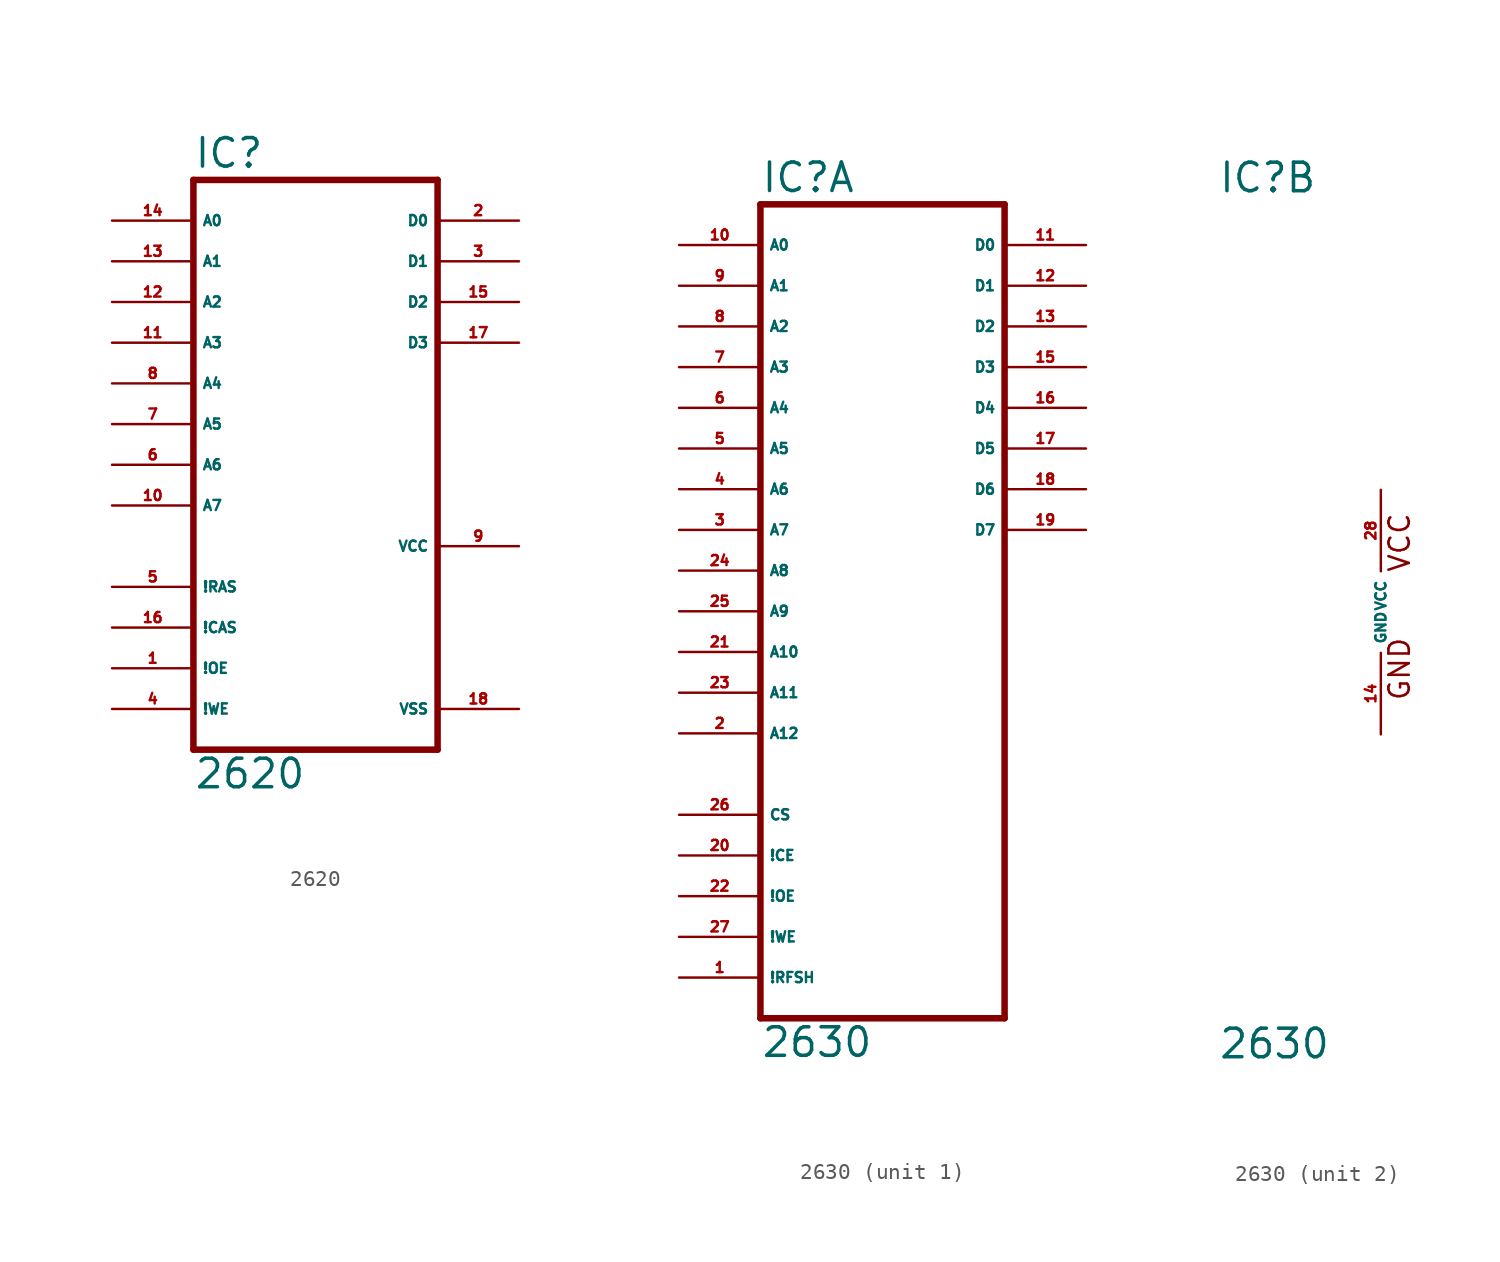
<source format=kicad_sym>
(kicad_symbol_lib
  (version 20220914)
  (generator Eagle2Kicad)
  (symbol "2620"
    (property "Reference" "IC"
      (at -7.62 18.415 0)
      (effects (font (size 1.778 1.778) (thickness 0.22)) (justify left bottom)))
    (property "Value" "2620"
      (at -7.62 -20.32 0)
      (effects (font (size 1.778 1.778) (thickness 0.22)) (justify left bottom)))
    (polyline
      (pts (xy -7.62 -17.78) (xy 7.62 -17.78))
      (stroke (width 0.406) (type default))
      (fill (type none)))
    (polyline
      (pts (xy 7.62 -17.78) (xy 7.62 17.78))
      (stroke (width 0.406) (type default))
      (fill (type none)))
    (polyline
      (pts (xy 7.62 17.78) (xy -7.62 17.78))
      (stroke (width 0.406) (type default))
      (fill (type none)))
    (polyline
      (pts (xy -7.62 17.78) (xy -7.62 -17.78))
      (stroke (width 0.406) (type default))
      (fill (type none)))
    (pin input line
      (at -12.7 -12.7 0)
      (length 5.08)
      (name "!OE" (effects (font (size 0.635 0.635) (thickness 0.08)) (justify left bottom)))
      (number "1" (effects (font (size 0.635 0.635) (thickness 0.08)) (justify left bottom))))
    (pin bidirectional line
      (at 12.7 15.24 180)
      (length 5.08)
      (name "D0" (effects (font (size 0.635 0.635) (thickness 0.08)) (justify left bottom)))
      (number "2" (effects (font (size 0.635 0.635) (thickness 0.08)) (justify left bottom))))
    (pin bidirectional line
      (at 12.7 12.7 180)
      (length 5.08)
      (name "D1" (effects (font (size 0.635 0.635) (thickness 0.08)) (justify left bottom)))
      (number "3" (effects (font (size 0.635 0.635) (thickness 0.08)) (justify left bottom))))
    (pin input line
      (at -12.7 -15.24 0)
      (length 5.08)
      (name "!WE" (effects (font (size 0.635 0.635) (thickness 0.08)) (justify left bottom)))
      (number "4" (effects (font (size 0.635 0.635) (thickness 0.08)) (justify left bottom))))
    (pin input line
      (at -12.7 -7.62 0)
      (length 5.08)
      (name "!RAS" (effects (font (size 0.635 0.635) (thickness 0.08)) (justify left bottom)))
      (number "5" (effects (font (size 0.635 0.635) (thickness 0.08)) (justify left bottom))))
    (pin input line
      (at -12.7 0 0)
      (length 5.08)
      (name "A6" (effects (font (size 0.635 0.635) (thickness 0.08)) (justify left bottom)))
      (number "6" (effects (font (size 0.635 0.635) (thickness 0.08)) (justify left bottom))))
    (pin input line
      (at -12.7 2.54 0)
      (length 5.08)
      (name "A5" (effects (font (size 0.635 0.635) (thickness 0.08)) (justify left bottom)))
      (number "7" (effects (font (size 0.635 0.635) (thickness 0.08)) (justify left bottom))))
    (pin input line
      (at -12.7 5.08 0)
      (length 5.08)
      (name "A4" (effects (font (size 0.635 0.635) (thickness 0.08)) (justify left bottom)))
      (number "8" (effects (font (size 0.635 0.635) (thickness 0.08)) (justify left bottom))))
    (pin input line
      (at -12.7 -2.54 0)
      (length 5.08)
      (name "A7" (effects (font (size 0.635 0.635) (thickness 0.08)) (justify left bottom)))
      (number "10" (effects (font (size 0.635 0.635) (thickness 0.08)) (justify left bottom))))
    (pin input line
      (at -12.7 7.62 0)
      (length 5.08)
      (name "A3" (effects (font (size 0.635 0.635) (thickness 0.08)) (justify left bottom)))
      (number "11" (effects (font (size 0.635 0.635) (thickness 0.08)) (justify left bottom))))
    (pin input line
      (at -12.7 10.16 0)
      (length 5.08)
      (name "A2" (effects (font (size 0.635 0.635) (thickness 0.08)) (justify left bottom)))
      (number "12" (effects (font (size 0.635 0.635) (thickness 0.08)) (justify left bottom))))
    (pin input line
      (at -12.7 12.7 0)
      (length 5.08)
      (name "A1" (effects (font (size 0.635 0.635) (thickness 0.08)) (justify left bottom)))
      (number "13" (effects (font (size 0.635 0.635) (thickness 0.08)) (justify left bottom))))
    (pin input line
      (at -12.7 15.24 0)
      (length 5.08)
      (name "A0" (effects (font (size 0.635 0.635) (thickness 0.08)) (justify left bottom)))
      (number "14" (effects (font (size 0.635 0.635) (thickness 0.08)) (justify left bottom))))
    (pin bidirectional line
      (at 12.7 10.16 180)
      (length 5.08)
      (name "D2" (effects (font (size 0.635 0.635) (thickness 0.08)) (justify left bottom)))
      (number "15" (effects (font (size 0.635 0.635) (thickness 0.08)) (justify left bottom))))
    (pin input line
      (at -12.7 -10.16 0)
      (length 5.08)
      (name "!CAS" (effects (font (size 0.635 0.635) (thickness 0.08)) (justify left bottom)))
      (number "16" (effects (font (size 0.635 0.635) (thickness 0.08)) (justify left bottom))))
    (pin bidirectional line
      (at 12.7 7.62 180)
      (length 5.08)
      (name "D3" (effects (font (size 0.635 0.635) (thickness 0.08)) (justify left bottom)))
      (number "17" (effects (font (size 0.635 0.635) (thickness 0.08)) (justify left bottom))))
    (pin unspecified line
      (at 12.7 -5.08 180)
      (length 5.08)
      (name "VCC" (effects (font (size 0.635 0.635) (thickness 0.08)) (justify left bottom)))
      (number "9" (effects (font (size 0.635 0.635) (thickness 0.08)) (justify left bottom))))
    (pin unspecified line
      (at 12.7 -15.24 180)
      (length 5.08)
      (name "VSS" (effects (font (size 0.635 0.635) (thickness 0.08)) (justify left bottom)))
      (number "18" (effects (font (size 0.635 0.635) (thickness 0.08)) (justify left bottom)))))
  (symbol "2630"
    (property "Reference" "IC"
      (at -10.16 26.035 0)
      (effects (font (size 1.778 1.778) (thickness 0.22)) (justify left bottom)))
    (property "Value" "2630"
      (at -10.16 -27.94 0)
      (effects (font (size 1.778 1.778) (thickness 0.22)) (justify left bottom)))
    (symbol "2630_1_0"
      (polyline (pts (xy -10.16 -25.4) (xy 5.08 -25.4)) (stroke (width 0.406) (type default)) (fill (type none)))
      (polyline (pts (xy 5.08 -25.4) (xy 5.08 25.4)) (stroke (width 0.406) (type default)) (fill (type none)))
      (polyline (pts (xy 5.08 25.4) (xy -10.16 25.4)) (stroke (width 0.406) (type default)) (fill (type none)))
      (polyline (pts (xy -10.16 25.4) (xy -10.16 -25.4)) (stroke (width 0.406) (type default)) (fill (type none)))
      (pin input line (at -15.24 -22.86 0) (length 5.08) (name "!RFSH" (effects (font (size 0.635 0.635) (thickness 0.08)) (justify left bottom))) (number "1" (effects (font (size 0.635 0.635) (thickness 0.08)) (justify left bottom))))
      (pin input line (at -15.24 -7.62 0) (length 5.08) (name "A12" (effects (font (size 0.635 0.635) (thickness 0.08)) (justify left bottom))) (number "2" (effects (font (size 0.635 0.635) (thickness 0.08)) (justify left bottom))))
      (pin input line (at -15.24 5.08 0) (length 5.08) (name "A7" (effects (font (size 0.635 0.635) (thickness 0.08)) (justify left bottom))) (number "3" (effects (font (size 0.635 0.635) (thickness 0.08)) (justify left bottom))))
      (pin input line (at -15.24 7.62 0) (length 5.08) (name "A6" (effects (font (size 0.635 0.635) (thickness 0.08)) (justify left bottom))) (number "4" (effects (font (size 0.635 0.635) (thickness 0.08)) (justify left bottom))))
      (pin input line (at -15.24 10.16 0) (length 5.08) (name "A5" (effects (font (size 0.635 0.635) (thickness 0.08)) (justify left bottom))) (number "5" (effects (font (size 0.635 0.635) (thickness 0.08)) (justify left bottom))))
      (pin input line (at -15.24 12.7 0) (length 5.08) (name "A4" (effects (font (size 0.635 0.635) (thickness 0.08)) (justify left bottom))) (number "6" (effects (font (size 0.635 0.635) (thickness 0.08)) (justify left bottom))))
      (pin input line (at -15.24 15.24 0) (length 5.08) (name "A3" (effects (font (size 0.635 0.635) (thickness 0.08)) (justify left bottom))) (number "7" (effects (font (size 0.635 0.635) (thickness 0.08)) (justify left bottom))))
      (pin input line (at -15.24 17.78 0) (length 5.08) (name "A2" (effects (font (size 0.635 0.635) (thickness 0.08)) (justify left bottom))) (number "8" (effects (font (size 0.635 0.635) (thickness 0.08)) (justify left bottom))))
      (pin input line (at -15.24 20.32 0) (length 5.08) (name "A1" (effects (font (size 0.635 0.635) (thickness 0.08)) (justify left bottom))) (number "9" (effects (font (size 0.635 0.635) (thickness 0.08)) (justify left bottom))))
      (pin input line (at -15.24 22.86 0) (length 5.08) (name "A0" (effects (font (size 0.635 0.635) (thickness 0.08)) (justify left bottom))) (number "10" (effects (font (size 0.635 0.635) (thickness 0.08)) (justify left bottom))))
      (pin bidirectional line (at 10.16 22.86 180) (length 5.08) (name "D0" (effects (font (size 0.635 0.635) (thickness 0.08)) (justify left bottom))) (number "11" (effects (font (size 0.635 0.635) (thickness 0.08)) (justify left bottom))))
      (pin bidirectional line (at 10.16 20.32 180) (length 5.08) (name "D1" (effects (font (size 0.635 0.635) (thickness 0.08)) (justify left bottom))) (number "12" (effects (font (size 0.635 0.635) (thickness 0.08)) (justify left bottom))))
      (pin bidirectional line (at 10.16 17.78 180) (length 5.08) (name "D2" (effects (font (size 0.635 0.635) (thickness 0.08)) (justify left bottom))) (number "13" (effects (font (size 0.635 0.635) (thickness 0.08)) (justify left bottom))))
      (pin bidirectional line (at 10.16 15.24 180) (length 5.08) (name "D3" (effects (font (size 0.635 0.635) (thickness 0.08)) (justify left bottom))) (number "15" (effects (font (size 0.635 0.635) (thickness 0.08)) (justify left bottom))))
      (pin bidirectional line (at 10.16 12.7 180) (length 5.08) (name "D4" (effects (font (size 0.635 0.635) (thickness 0.08)) (justify left bottom))) (number "16" (effects (font (size 0.635 0.635) (thickness 0.08)) (justify left bottom))))
      (pin bidirectional line (at 10.16 10.16 180) (length 5.08) (name "D5" (effects (font (size 0.635 0.635) (thickness 0.08)) (justify left bottom))) (number "17" (effects (font (size 0.635 0.635) (thickness 0.08)) (justify left bottom))))
      (pin bidirectional line (at 10.16 7.62 180) (length 5.08) (name "D6" (effects (font (size 0.635 0.635) (thickness 0.08)) (justify left bottom))) (number "18" (effects (font (size 0.635 0.635) (thickness 0.08)) (justify left bottom))))
      (pin bidirectional line (at 10.16 5.08 180) (length 5.08) (name "D7" (effects (font (size 0.635 0.635) (thickness 0.08)) (justify left bottom))) (number "19" (effects (font (size 0.635 0.635) (thickness 0.08)) (justify left bottom))))
      (pin input line (at -15.24 -15.24 0) (length 5.08) (name "!CE" (effects (font (size 0.635 0.635) (thickness 0.08)) (justify left bottom))) (number "20" (effects (font (size 0.635 0.635) (thickness 0.08)) (justify left bottom))))
      (pin input line (at -15.24 -2.54 0) (length 5.08) (name "A10" (effects (font (size 0.635 0.635) (thickness 0.08)) (justify left bottom))) (number "21" (effects (font (size 0.635 0.635) (thickness 0.08)) (justify left bottom))))
      (pin input line (at -15.24 -17.78 0) (length 5.08) (name "!OE" (effects (font (size 0.635 0.635) (thickness 0.08)) (justify left bottom))) (number "22" (effects (font (size 0.635 0.635) (thickness 0.08)) (justify left bottom))))
      (pin input line (at -15.24 -5.08 0) (length 5.08) (name "A11" (effects (font (size 0.635 0.635) (thickness 0.08)) (justify left bottom))) (number "23" (effects (font (size 0.635 0.635) (thickness 0.08)) (justify left bottom))))
      (pin input line (at -15.24 2.54 0) (length 5.08) (name "A8" (effects (font (size 0.635 0.635) (thickness 0.08)) (justify left bottom))) (number "24" (effects (font (size 0.635 0.635) (thickness 0.08)) (justify left bottom))))
      (pin input line (at -15.24 0 0) (length 5.08) (name "A9" (effects (font (size 0.635 0.635) (thickness 0.08)) (justify left bottom))) (number "25" (effects (font (size 0.635 0.635) (thickness 0.08)) (justify left bottom))))
      (pin input line (at -15.24 -12.7 0) (length 5.08) (name "CS" (effects (font (size 0.635 0.635) (thickness 0.08)) (justify left bottom))) (number "26" (effects (font (size 0.635 0.635) (thickness 0.08)) (justify left bottom))))
      (pin input line (at -15.24 -20.32 0) (length 5.08) (name "!WE" (effects (font (size 0.635 0.635) (thickness 0.08)) (justify left bottom))) (number "27" (effects (font (size 0.635 0.635) (thickness 0.08)) (justify left bottom)))))
    (symbol "2630_2_0"
      (text "GND" (at 1.905 -5.588 900) (effects (font (size 1.27 1.27) (thickness 0.16)) (justify left bottom)))
      (text "VCC" (at 1.905 2.413 900) (effects (font (size 1.27 1.27) (thickness 0.16)) (justify left bottom)))
      (pin unspecified line (at 0 -7.62 90) (length 5.08) (name "GND" (effects (font (size 0.635 0.635) (thickness 0.08)) (justify left bottom))) (number "14" (effects (font (size 0.635 0.635) (thickness 0.08)) (justify left bottom))))
      (pin unspecified line (at 0 7.62 270) (length 5.08) (name "VCC" (effects (font (size 0.635 0.635) (thickness 0.08)) (justify left bottom))) (number "28" (effects (font (size 0.635 0.635) (thickness 0.08)) (justify left bottom)))))))
</source>
